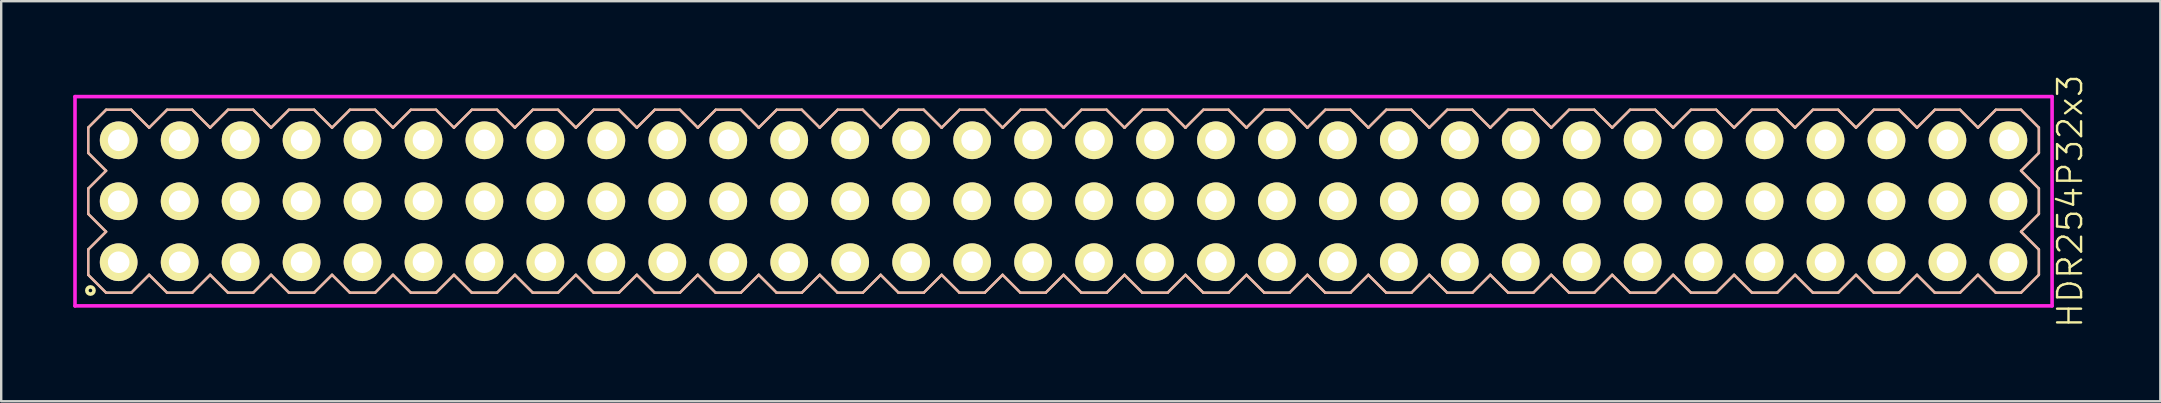
<source format=kicad_pcb>
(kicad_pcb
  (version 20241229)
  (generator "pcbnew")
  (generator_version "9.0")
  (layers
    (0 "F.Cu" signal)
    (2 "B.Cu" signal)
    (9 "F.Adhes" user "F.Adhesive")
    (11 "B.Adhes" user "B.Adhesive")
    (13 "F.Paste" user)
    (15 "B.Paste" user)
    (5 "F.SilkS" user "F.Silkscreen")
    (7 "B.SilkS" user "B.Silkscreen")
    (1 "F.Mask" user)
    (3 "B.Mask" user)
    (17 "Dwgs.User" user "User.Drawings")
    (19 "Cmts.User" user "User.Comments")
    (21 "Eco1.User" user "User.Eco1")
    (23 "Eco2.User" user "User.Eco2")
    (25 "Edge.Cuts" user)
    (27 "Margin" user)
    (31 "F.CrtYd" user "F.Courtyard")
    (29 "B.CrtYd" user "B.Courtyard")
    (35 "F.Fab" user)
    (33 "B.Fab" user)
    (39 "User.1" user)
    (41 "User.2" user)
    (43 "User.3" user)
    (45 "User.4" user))
  (footprint "HDR254P32x3"
    (layer "F.Cu")
    (at 41.265 5.336)
    (property "Reference" "HDR254P32x3" (at 41.94 0 90) (layer "F.SilkS") (effects (font (size 1 1) (thickness 0.1))))
    (attr through_hole)
    (fp_line (start -40.64 -3.066) (end -39.896 -3.81) (stroke (width 0.1) (type solid)) (layer "F.SilkS"))
    (fp_line (start -40.64 -2.014) (end -40.64 -3.066) (stroke (width 0.1) (type solid)) (layer "F.SilkS"))
    (fp_line (start -40.64 -0.526) (end -39.896 -1.27) (stroke (width 0.1) (type solid)) (layer "F.SilkS"))
    (fp_line (start -40.64 0.526) (end -40.64 -0.526) (stroke (width 0.1) (type solid)) (layer "F.SilkS"))
    (fp_line (start -40.64 2.014) (end -39.896 1.27) (stroke (width 0.1) (type solid)) (layer "F.SilkS"))
    (fp_line (start -40.64 3.066) (end -40.64 2.014) (stroke (width 0.1) (type solid)) (layer "F.SilkS"))
    (fp_line (start -39.896 -3.81) (end -38.844 -3.81) (stroke (width 0.1) (type solid)) (layer "F.SilkS"))
    (fp_line (start -39.896 -1.27) (end -40.64 -2.014) (stroke (width 0.1) (type solid)) (layer "F.SilkS"))
    (fp_line (start -39.896 1.27) (end -40.64 0.526) (stroke (width 0.1) (type solid)) (layer "F.SilkS"))
    (fp_line (start -39.896 3.81) (end -40.64 3.066) (stroke (width 0.1) (type solid)) (layer "F.SilkS"))
    (fp_line (start -38.844 -3.81) (end -38.1 -3.066) (stroke (width 0.1) (type solid)) (layer "F.SilkS"))
    (fp_line (start -38.844 3.81) (end -39.896 3.81) (stroke (width 0.1) (type solid)) (layer "F.SilkS"))
    (fp_line (start -38.1 -3.066) (end -37.356 -3.81) (stroke (width 0.1) (type solid)) (layer "F.SilkS"))
    (fp_line (start -38.1 3.066) (end -38.844 3.81) (stroke (width 0.1) (type solid)) (layer "F.SilkS"))
    (fp_line (start -37.356 -3.81) (end -36.304 -3.81) (stroke (width 0.1) (type solid)) (layer "F.SilkS"))
    (fp_line (start -37.356 3.81) (end -38.1 3.066) (stroke (width 0.1) (type solid)) (layer "F.SilkS"))
    (fp_line (start -36.304 -3.81) (end -35.56 -3.066) (stroke (width 0.1) (type solid)) (layer "F.SilkS"))
    (fp_line (start -36.304 3.81) (end -37.356 3.81) (stroke (width 0.1) (type solid)) (layer "F.SilkS"))
    (fp_line (start -35.56 -3.066) (end -34.816 -3.81) (stroke (width 0.1) (type solid)) (layer "F.SilkS"))
    (fp_line (start -35.56 3.066) (end -36.304 3.81) (stroke (width 0.1) (type solid)) (layer "F.SilkS"))
    (fp_line (start -34.816 -3.81) (end -33.764 -3.81) (stroke (width 0.1) (type solid)) (layer "F.SilkS"))
    (fp_line (start -34.816 3.81) (end -35.56 3.066) (stroke (width 0.1) (type solid)) (layer "F.SilkS"))
    (fp_line (start -33.764 -3.81) (end -33.02 -3.066) (stroke (width 0.1) (type solid)) (layer "F.SilkS"))
    (fp_line (start -33.764 3.81) (end -34.816 3.81) (stroke (width 0.1) (type solid)) (layer "F.SilkS"))
    (fp_line (start -33.02 -3.066) (end -32.276 -3.81) (stroke (width 0.1) (type solid)) (layer "F.SilkS"))
    (fp_line (start -33.02 3.066) (end -33.764 3.81) (stroke (width 0.1) (type solid)) (layer "F.SilkS"))
    (fp_line (start -32.276 -3.81) (end -31.224 -3.81) (stroke (width 0.1) (type solid)) (layer "F.SilkS"))
    (fp_line (start -32.276 3.81) (end -33.02 3.066) (stroke (width 0.1) (type solid)) (layer "F.SilkS"))
    (fp_line (start -31.224 -3.81) (end -30.48 -3.066) (stroke (width 0.1) (type solid)) (layer "F.SilkS"))
    (fp_line (start -31.224 3.81) (end -32.276 3.81) (stroke (width 0.1) (type solid)) (layer "F.SilkS"))
    (fp_line (start -30.48 -3.066) (end -29.736 -3.81) (stroke (width 0.1) (type solid)) (layer "F.SilkS"))
    (fp_line (start -30.48 3.066) (end -31.224 3.81) (stroke (width 0.1) (type solid)) (layer "F.SilkS"))
    (fp_line (start -29.736 -3.81) (end -28.684 -3.81) (stroke (width 0.1) (type solid)) (layer "F.SilkS"))
    (fp_line (start -29.736 3.81) (end -30.48 3.066) (stroke (width 0.1) (type solid)) (layer "F.SilkS"))
    (fp_line (start -28.684 -3.81) (end -27.94 -3.066) (stroke (width 0.1) (type solid)) (layer "F.SilkS"))
    (fp_line (start -28.684 3.81) (end -29.736 3.81) (stroke (width 0.1) (type solid)) (layer "F.SilkS"))
    (fp_line (start -27.94 -3.066) (end -27.196 -3.81) (stroke (width 0.1) (type solid)) (layer "F.SilkS"))
    (fp_line (start -27.94 3.066) (end -28.684 3.81) (stroke (width 0.1) (type solid)) (layer "F.SilkS"))
    (fp_line (start -27.196 -3.81) (end -26.144 -3.81) (stroke (width 0.1) (type solid)) (layer "F.SilkS"))
    (fp_line (start -27.196 3.81) (end -27.94 3.066) (stroke (width 0.1) (type solid)) (layer "F.SilkS"))
    (fp_line (start -26.144 -3.81) (end -25.4 -3.066) (stroke (width 0.1) (type solid)) (layer "F.SilkS"))
    (fp_line (start -26.144 3.81) (end -27.196 3.81) (stroke (width 0.1) (type solid)) (layer "F.SilkS"))
    (fp_line (start -25.4 -3.066) (end -24.656 -3.81) (stroke (width 0.1) (type solid)) (layer "F.SilkS"))
    (fp_line (start -25.4 3.066) (end -26.144 3.81) (stroke (width 0.1) (type solid)) (layer "F.SilkS"))
    (fp_line (start -24.656 -3.81) (end -23.604 -3.81) (stroke (width 0.1) (type solid)) (layer "F.SilkS"))
    (fp_line (start -24.656 3.81) (end -25.4 3.066) (stroke (width 0.1) (type solid)) (layer "F.SilkS"))
    (fp_line (start -23.604 -3.81) (end -22.86 -3.066) (stroke (width 0.1) (type solid)) (layer "F.SilkS"))
    (fp_line (start -23.604 3.81) (end -24.656 3.81) (stroke (width 0.1) (type solid)) (layer "F.SilkS"))
    (fp_line (start -22.86 -3.066) (end -22.116 -3.81) (stroke (width 0.1) (type solid)) (layer "F.SilkS"))
    (fp_line (start -22.86 3.066) (end -23.604 3.81) (stroke (width 0.1) (type solid)) (layer "F.SilkS"))
    (fp_line (start -22.116 -3.81) (end -21.064 -3.81) (stroke (width 0.1) (type solid)) (layer "F.SilkS"))
    (fp_line (start -22.116 3.81) (end -22.86 3.066) (stroke (width 0.1) (type solid)) (layer "F.SilkS"))
    (fp_line (start -21.064 -3.81) (end -20.32 -3.066) (stroke (width 0.1) (type solid)) (layer "F.SilkS"))
    (fp_line (start -21.064 3.81) (end -22.116 3.81) (stroke (width 0.1) (type solid)) (layer "F.SilkS"))
    (fp_line (start -20.32 -3.066) (end -19.576 -3.81) (stroke (width 0.1) (type solid)) (layer "F.SilkS"))
    (fp_line (start -20.32 3.066) (end -21.064 3.81) (stroke (width 0.1) (type solid)) (layer "F.SilkS"))
    (fp_line (start -19.576 -3.81) (end -18.524 -3.81) (stroke (width 0.1) (type solid)) (layer "F.SilkS"))
    (fp_line (start -19.576 3.81) (end -20.32 3.066) (stroke (width 0.1) (type solid)) (layer "F.SilkS"))
    (fp_line (start -18.524 -3.81) (end -17.78 -3.066) (stroke (width 0.1) (type solid)) (layer "F.SilkS"))
    (fp_line (start -18.524 3.81) (end -19.576 3.81) (stroke (width 0.1) (type solid)) (layer "F.SilkS"))
    (fp_line (start -17.78 -3.066) (end -17.036 -3.81) (stroke (width 0.1) (type solid)) (layer "F.SilkS"))
    (fp_line (start -17.78 3.066) (end -18.524 3.81) (stroke (width 0.1) (type solid)) (layer "F.SilkS"))
    (fp_line (start -17.036 -3.81) (end -15.984 -3.81) (stroke (width 0.1) (type solid)) (layer "F.SilkS"))
    (fp_line (start -17.036 3.81) (end -17.78 3.066) (stroke (width 0.1) (type solid)) (layer "F.SilkS"))
    (fp_line (start -15.984 -3.81) (end -15.24 -3.066) (stroke (width 0.1) (type solid)) (layer "F.SilkS"))
    (fp_line (start -15.984 3.81) (end -17.036 3.81) (stroke (width 0.1) (type solid)) (layer "F.SilkS"))
    (fp_line (start -15.24 -3.066) (end -14.496 -3.81) (stroke (width 0.1) (type solid)) (layer "F.SilkS"))
    (fp_line (start -15.24 3.066) (end -15.984 3.81) (stroke (width 0.1) (type solid)) (layer "F.SilkS"))
    (fp_line (start -14.496 -3.81) (end -13.444 -3.81) (stroke (width 0.1) (type solid)) (layer "F.SilkS"))
    (fp_line (start -14.496 3.81) (end -15.24 3.066) (stroke (width 0.1) (type solid)) (layer "F.SilkS"))
    (fp_line (start -13.444 -3.81) (end -12.7 -3.066) (stroke (width 0.1) (type solid)) (layer "F.SilkS"))
    (fp_line (start -13.444 3.81) (end -14.496 3.81) (stroke (width 0.1) (type solid)) (layer "F.SilkS"))
    (fp_line (start -12.7 -3.066) (end -11.956 -3.81) (stroke (width 0.1) (type solid)) (layer "F.SilkS"))
    (fp_line (start -12.7 3.066) (end -13.444 3.81) (stroke (width 0.1) (type solid)) (layer "F.SilkS"))
    (fp_line (start -11.956 -3.81) (end -10.904 -3.81) (stroke (width 0.1) (type solid)) (layer "F.SilkS"))
    (fp_line (start -11.956 3.81) (end -12.7 3.066) (stroke (width 0.1) (type solid)) (layer "F.SilkS"))
    (fp_line (start -10.904 -3.81) (end -10.16 -3.066) (stroke (width 0.1) (type solid)) (layer "F.SilkS"))
    (fp_line (start -10.904 3.81) (end -11.956 3.81) (stroke (width 0.1) (type solid)) (layer "F.SilkS"))
    (fp_line (start -10.16 -3.066) (end -9.416 -3.81) (stroke (width 0.1) (type solid)) (layer "F.SilkS"))
    (fp_line (start -10.16 3.066) (end -10.904 3.81) (stroke (width 0.1) (type solid)) (layer "F.SilkS"))
    (fp_line (start -9.416 -3.81) (end -8.364 -3.81) (stroke (width 0.1) (type solid)) (layer "F.SilkS"))
    (fp_line (start -9.416 3.81) (end -10.16 3.066) (stroke (width 0.1) (type solid)) (layer "F.SilkS"))
    (fp_line (start -8.364 -3.81) (end -7.62 -3.066) (stroke (width 0.1) (type solid)) (layer "F.SilkS"))
    (fp_line (start -8.364 3.81) (end -9.416 3.81) (stroke (width 0.1) (type solid)) (layer "F.SilkS"))
    (fp_line (start -7.62 -3.066) (end -6.876 -3.81) (stroke (width 0.1) (type solid)) (layer "F.SilkS"))
    (fp_line (start -7.62 3.066) (end -8.364 3.81) (stroke (width 0.1) (type solid)) (layer "F.SilkS"))
    (fp_line (start -6.876 -3.81) (end -5.824 -3.81) (stroke (width 0.1) (type solid)) (layer "F.SilkS"))
    (fp_line (start -6.876 3.81) (end -7.62 3.066) (stroke (width 0.1) (type solid)) (layer "F.SilkS"))
    (fp_line (start -5.824 -3.81) (end -5.08 -3.066) (stroke (width 0.1) (type solid)) (layer "F.SilkS"))
    (fp_line (start -5.824 3.81) (end -6.876 3.81) (stroke (width 0.1) (type solid)) (layer "F.SilkS"))
    (fp_line (start -5.08 -3.066) (end -4.336 -3.81) (stroke (width 0.1) (type solid)) (layer "F.SilkS"))
    (fp_line (start -5.08 3.066) (end -5.824 3.81) (stroke (width 0.1) (type solid)) (layer "F.SilkS"))
    (fp_line (start -4.336 -3.81) (end -3.284 -3.81) (stroke (width 0.1) (type solid)) (layer "F.SilkS"))
    (fp_line (start -4.336 3.81) (end -5.08 3.066) (stroke (width 0.1) (type solid)) (layer "F.SilkS"))
    (fp_line (start -3.284 -3.81) (end -2.54 -3.066) (stroke (width 0.1) (type solid)) (layer "F.SilkS"))
    (fp_line (start -3.284 3.81) (end -4.336 3.81) (stroke (width 0.1) (type solid)) (layer "F.SilkS"))
    (fp_line (start -2.54 -3.066) (end -1.796 -3.81) (stroke (width 0.1) (type solid)) (layer "F.SilkS"))
    (fp_line (start -2.54 3.066) (end -3.284 3.81) (stroke (width 0.1) (type solid)) (layer "F.SilkS"))
    (fp_line (start -1.796 -3.81) (end -0.744 -3.81) (stroke (width 0.1) (type solid)) (layer "F.SilkS"))
    (fp_line (start -1.796 3.81) (end -2.54 3.066) (stroke (width 0.1) (type solid)) (layer "F.SilkS"))
    (fp_line (start -0.744 -3.81) (end 0 -3.066) (stroke (width 0.1) (type solid)) (layer "F.SilkS"))
    (fp_line (start -0.744 3.81) (end -1.796 3.81) (stroke (width 0.1) (type solid)) (layer "F.SilkS"))
    (fp_line (start 0 -3.066) (end 0.744 -3.81) (stroke (width 0.1) (type solid)) (layer "F.SilkS"))
    (fp_line (start 0 3.066) (end -0.744 3.81) (stroke (width 0.1) (type solid)) (layer "F.SilkS"))
    (fp_line (start 0.744 -3.81) (end 1.796 -3.81) (stroke (width 0.1) (type solid)) (layer "F.SilkS"))
    (fp_line (start 0.744 3.81) (end 0 3.066) (stroke (width 0.1) (type solid)) (layer "F.SilkS"))
    (fp_line (start 1.796 -3.81) (end 2.54 -3.066) (stroke (width 0.1) (type solid)) (layer "F.SilkS"))
    (fp_line (start 1.796 3.81) (end 0.744 3.81) (stroke (width 0.1) (type solid)) (layer "F.SilkS"))
    (fp_line (start 2.54 -3.066) (end 3.284 -3.81) (stroke (width 0.1) (type solid)) (layer "F.SilkS"))
    (fp_line (start 2.54 3.066) (end 1.796 3.81) (stroke (width 0.1) (type solid)) (layer "F.SilkS"))
    (fp_line (start 3.284 -3.81) (end 4.336 -3.81) (stroke (width 0.1) (type solid)) (layer "F.SilkS"))
    (fp_line (start 3.284 3.81) (end 2.54 3.066) (stroke (width 0.1) (type solid)) (layer "F.SilkS"))
    (fp_line (start 4.336 -3.81) (end 5.08 -3.066) (stroke (width 0.1) (type solid)) (layer "F.SilkS"))
    (fp_line (start 4.336 3.81) (end 3.284 3.81) (stroke (width 0.1) (type solid)) (layer "F.SilkS"))
    (fp_line (start 5.08 -3.066) (end 5.824 -3.81) (stroke (width 0.1) (type solid)) (layer "F.SilkS"))
    (fp_line (start 5.08 3.066) (end 4.336 3.81) (stroke (width 0.1) (type solid)) (layer "F.SilkS"))
    (fp_line (start 5.824 -3.81) (end 6.876 -3.81) (stroke (width 0.1) (type solid)) (layer "F.SilkS"))
    (fp_line (start 5.824 3.81) (end 5.08 3.066) (stroke (width 0.1) (type solid)) (layer "F.SilkS"))
    (fp_line (start 6.876 -3.81) (end 7.62 -3.066) (stroke (width 0.1) (type solid)) (layer "F.SilkS"))
    (fp_line (start 6.876 3.81) (end 5.824 3.81) (stroke (width 0.1) (type solid)) (layer "F.SilkS"))
    (fp_line (start 7.62 -3.066) (end 8.364 -3.81) (stroke (width 0.1) (type solid)) (layer "F.SilkS"))
    (fp_line (start 7.62 3.066) (end 6.876 3.81) (stroke (width 0.1) (type solid)) (layer "F.SilkS"))
    (fp_line (start 8.364 -3.81) (end 9.416 -3.81) (stroke (width 0.1) (type solid)) (layer "F.SilkS"))
    (fp_line (start 8.364 3.81) (end 7.62 3.066) (stroke (width 0.1) (type solid)) (layer "F.SilkS"))
    (fp_line (start 9.416 -3.81) (end 10.16 -3.066) (stroke (width 0.1) (type solid)) (layer "F.SilkS"))
    (fp_line (start 9.416 3.81) (end 8.364 3.81) (stroke (width 0.1) (type solid)) (layer "F.SilkS"))
    (fp_line (start 10.16 -3.066) (end 10.904 -3.81) (stroke (width 0.1) (type solid)) (layer "F.SilkS"))
    (fp_line (start 10.16 3.066) (end 9.416 3.81) (stroke (width 0.1) (type solid)) (layer "F.SilkS"))
    (fp_line (start 10.904 -3.81) (end 11.956 -3.81) (stroke (width 0.1) (type solid)) (layer "F.SilkS"))
    (fp_line (start 10.904 3.81) (end 10.16 3.066) (stroke (width 0.1) (type solid)) (layer "F.SilkS"))
    (fp_line (start 11.956 -3.81) (end 12.7 -3.066) (stroke (width 0.1) (type solid)) (layer "F.SilkS"))
    (fp_line (start 11.956 3.81) (end 10.904 3.81) (stroke (width 0.1) (type solid)) (layer "F.SilkS"))
    (fp_line (start 12.7 -3.066) (end 13.444 -3.81) (stroke (width 0.1) (type solid)) (layer "F.SilkS"))
    (fp_line (start 12.7 3.066) (end 11.956 3.81) (stroke (width 0.1) (type solid)) (layer "F.SilkS"))
    (fp_line (start 13.444 -3.81) (end 14.496 -3.81) (stroke (width 0.1) (type solid)) (layer "F.SilkS"))
    (fp_line (start 13.444 3.81) (end 12.7 3.066) (stroke (width 0.1) (type solid)) (layer "F.SilkS"))
    (fp_line (start 14.496 -3.81) (end 15.24 -3.066) (stroke (width 0.1) (type solid)) (layer "F.SilkS"))
    (fp_line (start 14.496 3.81) (end 13.444 3.81) (stroke (width 0.1) (type solid)) (layer "F.SilkS"))
    (fp_line (start 15.24 -3.066) (end 15.984 -3.81) (stroke (width 0.1) (type solid)) (layer "F.SilkS"))
    (fp_line (start 15.24 3.066) (end 14.496 3.81) (stroke (width 0.1) (type solid)) (layer "F.SilkS"))
    (fp_line (start 15.984 -3.81) (end 17.036 -3.81) (stroke (width 0.1) (type solid)) (layer "F.SilkS"))
    (fp_line (start 15.984 3.81) (end 15.24 3.066) (stroke (width 0.1) (type solid)) (layer "F.SilkS"))
    (fp_line (start 17.036 -3.81) (end 17.78 -3.066) (stroke (width 0.1) (type solid)) (layer "F.SilkS"))
    (fp_line (start 17.036 3.81) (end 15.984 3.81) (stroke (width 0.1) (type solid)) (layer "F.SilkS"))
    (fp_line (start 17.78 -3.066) (end 18.524 -3.81) (stroke (width 0.1) (type solid)) (layer "F.SilkS"))
    (fp_line (start 17.78 3.066) (end 17.036 3.81) (stroke (width 0.1) (type solid)) (layer "F.SilkS"))
    (fp_line (start 18.524 -3.81) (end 19.576 -3.81) (stroke (width 0.1) (type solid)) (layer "F.SilkS"))
    (fp_line (start 18.524 3.81) (end 17.78 3.066) (stroke (width 0.1) (type solid)) (layer "F.SilkS"))
    (fp_line (start 19.576 -3.81) (end 20.32 -3.066) (stroke (width 0.1) (type solid)) (layer "F.SilkS"))
    (fp_line (start 19.576 3.81) (end 18.524 3.81) (stroke (width 0.1) (type solid)) (layer "F.SilkS"))
    (fp_line (start 20.32 -3.066) (end 21.064 -3.81) (stroke (width 0.1) (type solid)) (layer "F.SilkS"))
    (fp_line (start 20.32 3.066) (end 19.576 3.81) (stroke (width 0.1) (type solid)) (layer "F.SilkS"))
    (fp_line (start 21.064 -3.81) (end 22.116 -3.81) (stroke (width 0.1) (type solid)) (layer "F.SilkS"))
    (fp_line (start 21.064 3.81) (end 20.32 3.066) (stroke (width 0.1) (type solid)) (layer "F.SilkS"))
    (fp_line (start 22.116 -3.81) (end 22.86 -3.066) (stroke (width 0.1) (type solid)) (layer "F.SilkS"))
    (fp_line (start 22.116 3.81) (end 21.064 3.81) (stroke (width 0.1) (type solid)) (layer "F.SilkS"))
    (fp_line (start 22.86 -3.066) (end 23.604 -3.81) (stroke (width 0.1) (type solid)) (layer "F.SilkS"))
    (fp_line (start 22.86 3.066) (end 22.116 3.81) (stroke (width 0.1) (type solid)) (layer "F.SilkS"))
    (fp_line (start 23.604 -3.81) (end 24.656 -3.81) (stroke (width 0.1) (type solid)) (layer "F.SilkS"))
    (fp_line (start 23.604 3.81) (end 22.86 3.066) (stroke (width 0.1) (type solid)) (layer "F.SilkS"))
    (fp_line (start 24.656 -3.81) (end 25.4 -3.066) (stroke (width 0.1) (type solid)) (layer "F.SilkS"))
    (fp_line (start 24.656 3.81) (end 23.604 3.81) (stroke (width 0.1) (type solid)) (layer "F.SilkS"))
    (fp_line (start 25.4 -3.066) (end 26.144 -3.81) (stroke (width 0.1) (type solid)) (layer "F.SilkS"))
    (fp_line (start 25.4 3.066) (end 24.656 3.81) (stroke (width 0.1) (type solid)) (layer "F.SilkS"))
    (fp_line (start 26.144 -3.81) (end 27.196 -3.81) (stroke (width 0.1) (type solid)) (layer "F.SilkS"))
    (fp_line (start 26.144 3.81) (end 25.4 3.066) (stroke (width 0.1) (type solid)) (layer "F.SilkS"))
    (fp_line (start 27.196 -3.81) (end 27.94 -3.066) (stroke (width 0.1) (type solid)) (layer "F.SilkS"))
    (fp_line (start 27.196 3.81) (end 26.144 3.81) (stroke (width 0.1) (type solid)) (layer "F.SilkS"))
    (fp_line (start 27.94 -3.066) (end 28.684 -3.81) (stroke (width 0.1) (type solid)) (layer "F.SilkS"))
    (fp_line (start 27.94 3.066) (end 27.196 3.81) (stroke (width 0.1) (type solid)) (layer "F.SilkS"))
    (fp_line (start 28.684 -3.81) (end 29.736 -3.81) (stroke (width 0.1) (type solid)) (layer "F.SilkS"))
    (fp_line (start 28.684 3.81) (end 27.94 3.066) (stroke (width 0.1) (type solid)) (layer "F.SilkS"))
    (fp_line (start 29.736 -3.81) (end 30.48 -3.066) (stroke (width 0.1) (type solid)) (layer "F.SilkS"))
    (fp_line (start 29.736 3.81) (end 28.684 3.81) (stroke (width 0.1) (type solid)) (layer "F.SilkS"))
    (fp_line (start 30.48 -3.066) (end 31.224 -3.81) (stroke (width 0.1) (type solid)) (layer "F.SilkS"))
    (fp_line (start 30.48 3.066) (end 29.736 3.81) (stroke (width 0.1) (type solid)) (layer "F.SilkS"))
    (fp_line (start 31.224 -3.81) (end 32.276 -3.81) (stroke (width 0.1) (type solid)) (layer "F.SilkS"))
    (fp_line (start 31.224 3.81) (end 30.48 3.066) (stroke (width 0.1) (type solid)) (layer "F.SilkS"))
    (fp_line (start 32.276 -3.81) (end 33.02 -3.066) (stroke (width 0.1) (type solid)) (layer "F.SilkS"))
    (fp_line (start 32.276 3.81) (end 31.224 3.81) (stroke (width 0.1) (type solid)) (layer "F.SilkS"))
    (fp_line (start 33.02 -3.066) (end 33.764 -3.81) (stroke (width 0.1) (type solid)) (layer "F.SilkS"))
    (fp_line (start 33.02 3.066) (end 32.276 3.81) (stroke (width 0.1) (type solid)) (layer "F.SilkS"))
    (fp_line (start 33.764 -3.81) (end 34.816 -3.81) (stroke (width 0.1) (type solid)) (layer "F.SilkS"))
    (fp_line (start 33.764 3.81) (end 33.02 3.066) (stroke (width 0.1) (type solid)) (layer "F.SilkS"))
    (fp_line (start 34.816 -3.81) (end 35.56 -3.066) (stroke (width 0.1) (type solid)) (layer "F.SilkS"))
    (fp_line (start 34.816 3.81) (end 33.764 3.81) (stroke (width 0.1) (type solid)) (layer "F.SilkS"))
    (fp_line (start 35.56 -3.066) (end 36.304 -3.81) (stroke (width 0.1) (type solid)) (layer "F.SilkS"))
    (fp_line (start 35.56 3.066) (end 34.816 3.81) (stroke (width 0.1) (type solid)) (layer "F.SilkS"))
    (fp_line (start 36.304 -3.81) (end 37.356 -3.81) (stroke (width 0.1) (type solid)) (layer "F.SilkS"))
    (fp_line (start 36.304 3.81) (end 35.56 3.066) (stroke (width 0.1) (type solid)) (layer "F.SilkS"))
    (fp_line (start 37.356 -3.81) (end 38.1 -3.066) (stroke (width 0.1) (type solid)) (layer "F.SilkS"))
    (fp_line (start 37.356 3.81) (end 36.304 3.81) (stroke (width 0.1) (type solid)) (layer "F.SilkS"))
    (fp_line (start 38.1 -3.066) (end 38.844 -3.81) (stroke (width 0.1) (type solid)) (layer "F.SilkS"))
    (fp_line (start 38.1 3.066) (end 37.356 3.81) (stroke (width 0.1) (type solid)) (layer "F.SilkS"))
    (fp_line (start 38.844 -3.81) (end 39.896 -3.81) (stroke (width 0.1) (type solid)) (layer "F.SilkS"))
    (fp_line (start 38.844 3.81) (end 38.1 3.066) (stroke (width 0.1) (type solid)) (layer "F.SilkS"))
    (fp_line (start 39.896 -3.81) (end 40.64 -3.066) (stroke (width 0.1) (type solid)) (layer "F.SilkS"))
    (fp_line (start 39.896 -1.27) (end 40.64 -0.526) (stroke (width 0.1) (type solid)) (layer "F.SilkS"))
    (fp_line (start 39.896 1.27) (end 40.64 2.014) (stroke (width 0.1) (type solid)) (layer "F.SilkS"))
    (fp_line (start 39.896 3.81) (end 38.844 3.81) (stroke (width 0.1) (type solid)) (layer "F.SilkS"))
    (fp_line (start 40.64 -3.066) (end 40.64 -2.014) (stroke (width 0.1) (type solid)) (layer "F.SilkS"))
    (fp_line (start 40.64 -2.014) (end 39.896 -1.27) (stroke (width 0.1) (type solid)) (layer "F.SilkS"))
    (fp_line (start 40.64 -0.526) (end 40.64 0.526) (stroke (width 0.1) (type solid)) (layer "F.SilkS"))
    (fp_line (start 40.64 0.526) (end 39.896 1.27) (stroke (width 0.1) (type solid)) (layer "F.SilkS"))
    (fp_line (start 40.64 2.014) (end 40.64 3.066) (stroke (width 0.1) (type solid)) (layer "F.SilkS"))
    (fp_line (start 40.64 3.066) (end 39.896 3.81) (stroke (width 0.1) (type solid)) (layer "F.SilkS"))
    (fp_circle (center -40.547 3.718) (end -40.397 3.718) (stroke (width 0.15) (type solid)) (fill no) (layer "F.SilkS"))
    (fp_line (start -40.64 -3.066) (end -39.896 -3.81) (stroke (width 0.1) (type solid)) (layer "B.SilkS"))
    (fp_line (start -40.64 -2.014) (end -40.64 -3.066) (stroke (width 0.1) (type solid)) (layer "B.SilkS"))
    (fp_line (start -40.64 -0.526) (end -39.896 -1.27) (stroke (width 0.1) (type solid)) (layer "B.SilkS"))
    (fp_line (start -40.64 0.526) (end -40.64 -0.526) (stroke (width 0.1) (type solid)) (layer "B.SilkS"))
    (fp_line (start -40.64 2.014) (end -39.896 1.27) (stroke (width 0.1) (type solid)) (layer "B.SilkS"))
    (fp_line (start -40.64 3.066) (end -40.64 2.014) (stroke (width 0.1) (type solid)) (layer "B.SilkS"))
    (fp_line (start -39.896 -3.81) (end -38.844 -3.81) (stroke (width 0.1) (type solid)) (layer "B.SilkS"))
    (fp_line (start -39.896 -1.27) (end -40.64 -2.014) (stroke (width 0.1) (type solid)) (layer "B.SilkS"))
    (fp_line (start -39.896 1.27) (end -40.64 0.526) (stroke (width 0.1) (type solid)) (layer "B.SilkS"))
    (fp_line (start -39.896 3.81) (end -40.64 3.066) (stroke (width 0.1) (type solid)) (layer "B.SilkS"))
    (fp_line (start -38.844 -3.81) (end -38.1 -3.066) (stroke (width 0.1) (type solid)) (layer "B.SilkS"))
    (fp_line (start -38.844 3.81) (end -39.896 3.81) (stroke (width 0.1) (type solid)) (layer "B.SilkS"))
    (fp_line (start -38.1 -3.066) (end -37.356 -3.81) (stroke (width 0.1) (type solid)) (layer "B.SilkS"))
    (fp_line (start -38.1 3.066) (end -38.844 3.81) (stroke (width 0.1) (type solid)) (layer "B.SilkS"))
    (fp_line (start -37.356 -3.81) (end -36.304 -3.81) (stroke (width 0.1) (type solid)) (layer "B.SilkS"))
    (fp_line (start -37.356 3.81) (end -38.1 3.066) (stroke (width 0.1) (type solid)) (layer "B.SilkS"))
    (fp_line (start -36.304 -3.81) (end -35.56 -3.066) (stroke (width 0.1) (type solid)) (layer "B.SilkS"))
    (fp_line (start -36.304 3.81) (end -37.356 3.81) (stroke (width 0.1) (type solid)) (layer "B.SilkS"))
    (fp_line (start -35.56 -3.066) (end -34.816 -3.81) (stroke (width 0.1) (type solid)) (layer "B.SilkS"))
    (fp_line (start -35.56 3.066) (end -36.304 3.81) (stroke (width 0.1) (type solid)) (layer "B.SilkS"))
    (fp_line (start -34.816 -3.81) (end -33.764 -3.81) (stroke (width 0.1) (type solid)) (layer "B.SilkS"))
    (fp_line (start -34.816 3.81) (end -35.56 3.066) (stroke (width 0.1) (type solid)) (layer "B.SilkS"))
    (fp_line (start -33.764 -3.81) (end -33.02 -3.066) (stroke (width 0.1) (type solid)) (layer "B.SilkS"))
    (fp_line (start -33.764 3.81) (end -34.816 3.81) (stroke (width 0.1) (type solid)) (layer "B.SilkS"))
    (fp_line (start -33.02 -3.066) (end -32.276 -3.81) (stroke (width 0.1) (type solid)) (layer "B.SilkS"))
    (fp_line (start -33.02 3.066) (end -33.764 3.81) (stroke (width 0.1) (type solid)) (layer "B.SilkS"))
    (fp_line (start -32.276 -3.81) (end -31.224 -3.81) (stroke (width 0.1) (type solid)) (layer "B.SilkS"))
    (fp_line (start -32.276 3.81) (end -33.02 3.066) (stroke (width 0.1) (type solid)) (layer "B.SilkS"))
    (fp_line (start -31.224 -3.81) (end -30.48 -3.066) (stroke (width 0.1) (type solid)) (layer "B.SilkS"))
    (fp_line (start -31.224 3.81) (end -32.276 3.81) (stroke (width 0.1) (type solid)) (layer "B.SilkS"))
    (fp_line (start -30.48 -3.066) (end -29.736 -3.81) (stroke (width 0.1) (type solid)) (layer "B.SilkS"))
    (fp_line (start -30.48 3.066) (end -31.224 3.81) (stroke (width 0.1) (type solid)) (layer "B.SilkS"))
    (fp_line (start -29.736 -3.81) (end -28.684 -3.81) (stroke (width 0.1) (type solid)) (layer "B.SilkS"))
    (fp_line (start -29.736 3.81) (end -30.48 3.066) (stroke (width 0.1) (type solid)) (layer "B.SilkS"))
    (fp_line (start -28.684 -3.81) (end -27.94 -3.066) (stroke (width 0.1) (type solid)) (layer "B.SilkS"))
    (fp_line (start -28.684 3.81) (end -29.736 3.81) (stroke (width 0.1) (type solid)) (layer "B.SilkS"))
    (fp_line (start -27.94 -3.066) (end -27.196 -3.81) (stroke (width 0.1) (type solid)) (layer "B.SilkS"))
    (fp_line (start -27.94 3.066) (end -28.684 3.81) (stroke (width 0.1) (type solid)) (layer "B.SilkS"))
    (fp_line (start -27.196 -3.81) (end -26.144 -3.81) (stroke (width 0.1) (type solid)) (layer "B.SilkS"))
    (fp_line (start -27.196 3.81) (end -27.94 3.066) (stroke (width 0.1) (type solid)) (layer "B.SilkS"))
    (fp_line (start -26.144 -3.81) (end -25.4 -3.066) (stroke (width 0.1) (type solid)) (layer "B.SilkS"))
    (fp_line (start -26.144 3.81) (end -27.196 3.81) (stroke (width 0.1) (type solid)) (layer "B.SilkS"))
    (fp_line (start -25.4 -3.066) (end -24.656 -3.81) (stroke (width 0.1) (type solid)) (layer "B.SilkS"))
    (fp_line (start -25.4 3.066) (end -26.144 3.81) (stroke (width 0.1) (type solid)) (layer "B.SilkS"))
    (fp_line (start -24.656 -3.81) (end -23.604 -3.81) (stroke (width 0.1) (type solid)) (layer "B.SilkS"))
    (fp_line (start -24.656 3.81) (end -25.4 3.066) (stroke (width 0.1) (type solid)) (layer "B.SilkS"))
    (fp_line (start -23.604 -3.81) (end -22.86 -3.066) (stroke (width 0.1) (type solid)) (layer "B.SilkS"))
    (fp_line (start -23.604 3.81) (end -24.656 3.81) (stroke (width 0.1) (type solid)) (layer "B.SilkS"))
    (fp_line (start -22.86 -3.066) (end -22.116 -3.81) (stroke (width 0.1) (type solid)) (layer "B.SilkS"))
    (fp_line (start -22.86 3.066) (end -23.604 3.81) (stroke (width 0.1) (type solid)) (layer "B.SilkS"))
    (fp_line (start -22.116 -3.81) (end -21.064 -3.81) (stroke (width 0.1) (type solid)) (layer "B.SilkS"))
    (fp_line (start -22.116 3.81) (end -22.86 3.066) (stroke (width 0.1) (type solid)) (layer "B.SilkS"))
    (fp_line (start -21.064 -3.81) (end -20.32 -3.066) (stroke (width 0.1) (type solid)) (layer "B.SilkS"))
    (fp_line (start -21.064 3.81) (end -22.116 3.81) (stroke (width 0.1) (type solid)) (layer "B.SilkS"))
    (fp_line (start -20.32 -3.066) (end -19.576 -3.81) (stroke (width 0.1) (type solid)) (layer "B.SilkS"))
    (fp_line (start -20.32 3.066) (end -21.064 3.81) (stroke (width 0.1) (type solid)) (layer "B.SilkS"))
    (fp_line (start -19.576 -3.81) (end -18.524 -3.81) (stroke (width 0.1) (type solid)) (layer "B.SilkS"))
    (fp_line (start -19.576 3.81) (end -20.32 3.066) (stroke (width 0.1) (type solid)) (layer "B.SilkS"))
    (fp_line (start -18.524 -3.81) (end -17.78 -3.066) (stroke (width 0.1) (type solid)) (layer "B.SilkS"))
    (fp_line (start -18.524 3.81) (end -19.576 3.81) (stroke (width 0.1) (type solid)) (layer "B.SilkS"))
    (fp_line (start -17.78 -3.066) (end -17.036 -3.81) (stroke (width 0.1) (type solid)) (layer "B.SilkS"))
    (fp_line (start -17.78 3.066) (end -18.524 3.81) (stroke (width 0.1) (type solid)) (layer "B.SilkS"))
    (fp_line (start -17.036 -3.81) (end -15.984 -3.81) (stroke (width 0.1) (type solid)) (layer "B.SilkS"))
    (fp_line (start -17.036 3.81) (end -17.78 3.066) (stroke (width 0.1) (type solid)) (layer "B.SilkS"))
    (fp_line (start -15.984 -3.81) (end -15.24 -3.066) (stroke (width 0.1) (type solid)) (layer "B.SilkS"))
    (fp_line (start -15.984 3.81) (end -17.036 3.81) (stroke (width 0.1) (type solid)) (layer "B.SilkS"))
    (fp_line (start -15.24 -3.066) (end -14.496 -3.81) (stroke (width 0.1) (type solid)) (layer "B.SilkS"))
    (fp_line (start -15.24 3.066) (end -15.984 3.81) (stroke (width 0.1) (type solid)) (layer "B.SilkS"))
    (fp_line (start -14.496 -3.81) (end -13.444 -3.81) (stroke (width 0.1) (type solid)) (layer "B.SilkS"))
    (fp_line (start -14.496 3.81) (end -15.24 3.066) (stroke (width 0.1) (type solid)) (layer "B.SilkS"))
    (fp_line (start -13.444 -3.81) (end -12.7 -3.066) (stroke (width 0.1) (type solid)) (layer "B.SilkS"))
    (fp_line (start -13.444 3.81) (end -14.496 3.81) (stroke (width 0.1) (type solid)) (layer "B.SilkS"))
    (fp_line (start -12.7 -3.066) (end -11.956 -3.81) (stroke (width 0.1) (type solid)) (layer "B.SilkS"))
    (fp_line (start -12.7 3.066) (end -13.444 3.81) (stroke (width 0.1) (type solid)) (layer "B.SilkS"))
    (fp_line (start -11.956 -3.81) (end -10.904 -3.81) (stroke (width 0.1) (type solid)) (layer "B.SilkS"))
    (fp_line (start -11.956 3.81) (end -12.7 3.066) (stroke (width 0.1) (type solid)) (layer "B.SilkS"))
    (fp_line (start -10.904 -3.81) (end -10.16 -3.066) (stroke (width 0.1) (type solid)) (layer "B.SilkS"))
    (fp_line (start -10.904 3.81) (end -11.956 3.81) (stroke (width 0.1) (type solid)) (layer "B.SilkS"))
    (fp_line (start -10.16 -3.066) (end -9.416 -3.81) (stroke (width 0.1) (type solid)) (layer "B.SilkS"))
    (fp_line (start -10.16 3.066) (end -10.904 3.81) (stroke (width 0.1) (type solid)) (layer "B.SilkS"))
    (fp_line (start -9.416 -3.81) (end -8.364 -3.81) (stroke (width 0.1) (type solid)) (layer "B.SilkS"))
    (fp_line (start -9.416 3.81) (end -10.16 3.066) (stroke (width 0.1) (type solid)) (layer "B.SilkS"))
    (fp_line (start -8.364 -3.81) (end -7.62 -3.066) (stroke (width 0.1) (type solid)) (layer "B.SilkS"))
    (fp_line (start -8.364 3.81) (end -9.416 3.81) (stroke (width 0.1) (type solid)) (layer "B.SilkS"))
    (fp_line (start -7.62 -3.066) (end -6.876 -3.81) (stroke (width 0.1) (type solid)) (layer "B.SilkS"))
    (fp_line (start -7.62 3.066) (end -8.364 3.81) (stroke (width 0.1) (type solid)) (layer "B.SilkS"))
    (fp_line (start -6.876 -3.81) (end -5.824 -3.81) (stroke (width 0.1) (type solid)) (layer "B.SilkS"))
    (fp_line (start -6.876 3.81) (end -7.62 3.066) (stroke (width 0.1) (type solid)) (layer "B.SilkS"))
    (fp_line (start -5.824 -3.81) (end -5.08 -3.066) (stroke (width 0.1) (type solid)) (layer "B.SilkS"))
    (fp_line (start -5.824 3.81) (end -6.876 3.81) (stroke (width 0.1) (type solid)) (layer "B.SilkS"))
    (fp_line (start -5.08 -3.066) (end -4.336 -3.81) (stroke (width 0.1) (type solid)) (layer "B.SilkS"))
    (fp_line (start -5.08 3.066) (end -5.824 3.81) (stroke (width 0.1) (type solid)) (layer "B.SilkS"))
    (fp_line (start -4.336 -3.81) (end -3.284 -3.81) (stroke (width 0.1) (type solid)) (layer "B.SilkS"))
    (fp_line (start -4.336 3.81) (end -5.08 3.066) (stroke (width 0.1) (type solid)) (layer "B.SilkS"))
    (fp_line (start -3.284 -3.81) (end -2.54 -3.066) (stroke (width 0.1) (type solid)) (layer "B.SilkS"))
    (fp_line (start -3.284 3.81) (end -4.336 3.81) (stroke (width 0.1) (type solid)) (layer "B.SilkS"))
    (fp_line (start -2.54 -3.066) (end -1.796 -3.81) (stroke (width 0.1) (type solid)) (layer "B.SilkS"))
    (fp_line (start -2.54 3.066) (end -3.284 3.81) (stroke (width 0.1) (type solid)) (layer "B.SilkS"))
    (fp_line (start -1.796 -3.81) (end -0.744 -3.81) (stroke (width 0.1) (type solid)) (layer "B.SilkS"))
    (fp_line (start -1.796 3.81) (end -2.54 3.066) (stroke (width 0.1) (type solid)) (layer "B.SilkS"))
    (fp_line (start -0.744 -3.81) (end 0 -3.066) (stroke (width 0.1) (type solid)) (layer "B.SilkS"))
    (fp_line (start -0.744 3.81) (end -1.796 3.81) (stroke (width 0.1) (type solid)) (layer "B.SilkS"))
    (fp_line (start 0 -3.066) (end 0.744 -3.81) (stroke (width 0.1) (type solid)) (layer "B.SilkS"))
    (fp_line (start 0 3.066) (end -0.744 3.81) (stroke (width 0.1) (type solid)) (layer "B.SilkS"))
    (fp_line (start 0.744 -3.81) (end 1.796 -3.81) (stroke (width 0.1) (type solid)) (layer "B.SilkS"))
    (fp_line (start 0.744 3.81) (end 0 3.066) (stroke (width 0.1) (type solid)) (layer "B.SilkS"))
    (fp_line (start 1.796 -3.81) (end 2.54 -3.066) (stroke (width 0.1) (type solid)) (layer "B.SilkS"))
    (fp_line (start 1.796 3.81) (end 0.744 3.81) (stroke (width 0.1) (type solid)) (layer "B.SilkS"))
    (fp_line (start 2.54 -3.066) (end 3.284 -3.81) (stroke (width 0.1) (type solid)) (layer "B.SilkS"))
    (fp_line (start 2.54 3.066) (end 1.796 3.81) (stroke (width 0.1) (type solid)) (layer "B.SilkS"))
    (fp_line (start 3.284 -3.81) (end 4.336 -3.81) (stroke (width 0.1) (type solid)) (layer "B.SilkS"))
    (fp_line (start 3.284 3.81) (end 2.54 3.066) (stroke (width 0.1) (type solid)) (layer "B.SilkS"))
    (fp_line (start 4.336 -3.81) (end 5.08 -3.066) (stroke (width 0.1) (type solid)) (layer "B.SilkS"))
    (fp_line (start 4.336 3.81) (end 3.284 3.81) (stroke (width 0.1) (type solid)) (layer "B.SilkS"))
    (fp_line (start 5.08 -3.066) (end 5.824 -3.81) (stroke (width 0.1) (type solid)) (layer "B.SilkS"))
    (fp_line (start 5.08 3.066) (end 4.336 3.81) (stroke (width 0.1) (type solid)) (layer "B.SilkS"))
    (fp_line (start 5.824 -3.81) (end 6.876 -3.81) (stroke (width 0.1) (type solid)) (layer "B.SilkS"))
    (fp_line (start 5.824 3.81) (end 5.08 3.066) (stroke (width 0.1) (type solid)) (layer "B.SilkS"))
    (fp_line (start 6.876 -3.81) (end 7.62 -3.066) (stroke (width 0.1) (type solid)) (layer "B.SilkS"))
    (fp_line (start 6.876 3.81) (end 5.824 3.81) (stroke (width 0.1) (type solid)) (layer "B.SilkS"))
    (fp_line (start 7.62 -3.066) (end 8.364 -3.81) (stroke (width 0.1) (type solid)) (layer "B.SilkS"))
    (fp_line (start 7.62 3.066) (end 6.876 3.81) (stroke (width 0.1) (type solid)) (layer "B.SilkS"))
    (fp_line (start 8.364 -3.81) (end 9.416 -3.81) (stroke (width 0.1) (type solid)) (layer "B.SilkS"))
    (fp_line (start 8.364 3.81) (end 7.62 3.066) (stroke (width 0.1) (type solid)) (layer "B.SilkS"))
    (fp_line (start 9.416 -3.81) (end 10.16 -3.066) (stroke (width 0.1) (type solid)) (layer "B.SilkS"))
    (fp_line (start 9.416 3.81) (end 8.364 3.81) (stroke (width 0.1) (type solid)) (layer "B.SilkS"))
    (fp_line (start 10.16 -3.066) (end 10.904 -3.81) (stroke (width 0.1) (type solid)) (layer "B.SilkS"))
    (fp_line (start 10.16 3.066) (end 9.416 3.81) (stroke (width 0.1) (type solid)) (layer "B.SilkS"))
    (fp_line (start 10.904 -3.81) (end 11.956 -3.81) (stroke (width 0.1) (type solid)) (layer "B.SilkS"))
    (fp_line (start 10.904 3.81) (end 10.16 3.066) (stroke (width 0.1) (type solid)) (layer "B.SilkS"))
    (fp_line (start 11.956 -3.81) (end 12.7 -3.066) (stroke (width 0.1) (type solid)) (layer "B.SilkS"))
    (fp_line (start 11.956 3.81) (end 10.904 3.81) (stroke (width 0.1) (type solid)) (layer "B.SilkS"))
    (fp_line (start 12.7 -3.066) (end 13.444 -3.81) (stroke (width 0.1) (type solid)) (layer "B.SilkS"))
    (fp_line (start 12.7 3.066) (end 11.956 3.81) (stroke (width 0.1) (type solid)) (layer "B.SilkS"))
    (fp_line (start 13.444 -3.81) (end 14.496 -3.81) (stroke (width 0.1) (type solid)) (layer "B.SilkS"))
    (fp_line (start 13.444 3.81) (end 12.7 3.066) (stroke (width 0.1) (type solid)) (layer "B.SilkS"))
    (fp_line (start 14.496 -3.81) (end 15.24 -3.066) (stroke (width 0.1) (type solid)) (layer "B.SilkS"))
    (fp_line (start 14.496 3.81) (end 13.444 3.81) (stroke (width 0.1) (type solid)) (layer "B.SilkS"))
    (fp_line (start 15.24 -3.066) (end 15.984 -3.81) (stroke (width 0.1) (type solid)) (layer "B.SilkS"))
    (fp_line (start 15.24 3.066) (end 14.496 3.81) (stroke (width 0.1) (type solid)) (layer "B.SilkS"))
    (fp_line (start 15.984 -3.81) (end 17.036 -3.81) (stroke (width 0.1) (type solid)) (layer "B.SilkS"))
    (fp_line (start 15.984 3.81) (end 15.24 3.066) (stroke (width 0.1) (type solid)) (layer "B.SilkS"))
    (fp_line (start 17.036 -3.81) (end 17.78 -3.066) (stroke (width 0.1) (type solid)) (layer "B.SilkS"))
    (fp_line (start 17.036 3.81) (end 15.984 3.81) (stroke (width 0.1) (type solid)) (layer "B.SilkS"))
    (fp_line (start 17.78 -3.066) (end 18.524 -3.81) (stroke (width 0.1) (type solid)) (layer "B.SilkS"))
    (fp_line (start 17.78 3.066) (end 17.036 3.81) (stroke (width 0.1) (type solid)) (layer "B.SilkS"))
    (fp_line (start 18.524 -3.81) (end 19.576 -3.81) (stroke (width 0.1) (type solid)) (layer "B.SilkS"))
    (fp_line (start 18.524 3.81) (end 17.78 3.066) (stroke (width 0.1) (type solid)) (layer "B.SilkS"))
    (fp_line (start 19.576 -3.81) (end 20.32 -3.066) (stroke (width 0.1) (type solid)) (layer "B.SilkS"))
    (fp_line (start 19.576 3.81) (end 18.524 3.81) (stroke (width 0.1) (type solid)) (layer "B.SilkS"))
    (fp_line (start 20.32 -3.066) (end 21.064 -3.81) (stroke (width 0.1) (type solid)) (layer "B.SilkS"))
    (fp_line (start 20.32 3.066) (end 19.576 3.81) (stroke (width 0.1) (type solid)) (layer "B.SilkS"))
    (fp_line (start 21.064 -3.81) (end 22.116 -3.81) (stroke (width 0.1) (type solid)) (layer "B.SilkS"))
    (fp_line (start 21.064 3.81) (end 20.32 3.066) (stroke (width 0.1) (type solid)) (layer "B.SilkS"))
    (fp_line (start 22.116 -3.81) (end 22.86 -3.066) (stroke (width 0.1) (type solid)) (layer "B.SilkS"))
    (fp_line (start 22.116 3.81) (end 21.064 3.81) (stroke (width 0.1) (type solid)) (layer "B.SilkS"))
    (fp_line (start 22.86 -3.066) (end 23.604 -3.81) (stroke (width 0.1) (type solid)) (layer "B.SilkS"))
    (fp_line (start 22.86 3.066) (end 22.116 3.81) (stroke (width 0.1) (type solid)) (layer "B.SilkS"))
    (fp_line (start 23.604 -3.81) (end 24.656 -3.81) (stroke (width 0.1) (type solid)) (layer "B.SilkS"))
    (fp_line (start 23.604 3.81) (end 22.86 3.066) (stroke (width 0.1) (type solid)) (layer "B.SilkS"))
    (fp_line (start 24.656 -3.81) (end 25.4 -3.066) (stroke (width 0.1) (type solid)) (layer "B.SilkS"))
    (fp_line (start 24.656 3.81) (end 23.604 3.81) (stroke (width 0.1) (type solid)) (layer "B.SilkS"))
    (fp_line (start 25.4 -3.066) (end 26.144 -3.81) (stroke (width 0.1) (type solid)) (layer "B.SilkS"))
    (fp_line (start 25.4 3.066) (end 24.656 3.81) (stroke (width 0.1) (type solid)) (layer "B.SilkS"))
    (fp_line (start 26.144 -3.81) (end 27.196 -3.81) (stroke (width 0.1) (type solid)) (layer "B.SilkS"))
    (fp_line (start 26.144 3.81) (end 25.4 3.066) (stroke (width 0.1) (type solid)) (layer "B.SilkS"))
    (fp_line (start 27.196 -3.81) (end 27.94 -3.066) (stroke (width 0.1) (type solid)) (layer "B.SilkS"))
    (fp_line (start 27.196 3.81) (end 26.144 3.81) (stroke (width 0.1) (type solid)) (layer "B.SilkS"))
    (fp_line (start 27.94 -3.066) (end 28.684 -3.81) (stroke (width 0.1) (type solid)) (layer "B.SilkS"))
    (fp_line (start 27.94 3.066) (end 27.196 3.81) (stroke (width 0.1) (type solid)) (layer "B.SilkS"))
    (fp_line (start 28.684 -3.81) (end 29.736 -3.81) (stroke (width 0.1) (type solid)) (layer "B.SilkS"))
    (fp_line (start 28.684 3.81) (end 27.94 3.066) (stroke (width 0.1) (type solid)) (layer "B.SilkS"))
    (fp_line (start 29.736 -3.81) (end 30.48 -3.066) (stroke (width 0.1) (type solid)) (layer "B.SilkS"))
    (fp_line (start 29.736 3.81) (end 28.684 3.81) (stroke (width 0.1) (type solid)) (layer "B.SilkS"))
    (fp_line (start 30.48 -3.066) (end 31.224 -3.81) (stroke (width 0.1) (type solid)) (layer "B.SilkS"))
    (fp_line (start 30.48 3.066) (end 29.736 3.81) (stroke (width 0.1) (type solid)) (layer "B.SilkS"))
    (fp_line (start 31.224 -3.81) (end 32.276 -3.81) (stroke (width 0.1) (type solid)) (layer "B.SilkS"))
    (fp_line (start 31.224 3.81) (end 30.48 3.066) (stroke (width 0.1) (type solid)) (layer "B.SilkS"))
    (fp_line (start 32.276 -3.81) (end 33.02 -3.066) (stroke (width 0.1) (type solid)) (layer "B.SilkS"))
    (fp_line (start 32.276 3.81) (end 31.224 3.81) (stroke (width 0.1) (type solid)) (layer "B.SilkS"))
    (fp_line (start 33.02 -3.066) (end 33.764 -3.81) (stroke (width 0.1) (type solid)) (layer "B.SilkS"))
    (fp_line (start 33.02 3.066) (end 32.276 3.81) (stroke (width 0.1) (type solid)) (layer "B.SilkS"))
    (fp_line (start 33.764 -3.81) (end 34.816 -3.81) (stroke (width 0.1) (type solid)) (layer "B.SilkS"))
    (fp_line (start 33.764 3.81) (end 33.02 3.066) (stroke (width 0.1) (type solid)) (layer "B.SilkS"))
    (fp_line (start 34.816 -3.81) (end 35.56 -3.066) (stroke (width 0.1) (type solid)) (layer "B.SilkS"))
    (fp_line (start 34.816 3.81) (end 33.764 3.81) (stroke (width 0.1) (type solid)) (layer "B.SilkS"))
    (fp_line (start 35.56 -3.066) (end 36.304 -3.81) (stroke (width 0.1) (type solid)) (layer "B.SilkS"))
    (fp_line (start 35.56 3.066) (end 34.816 3.81) (stroke (width 0.1) (type solid)) (layer "B.SilkS"))
    (fp_line (start 36.304 -3.81) (end 37.356 -3.81) (stroke (width 0.1) (type solid)) (layer "B.SilkS"))
    (fp_line (start 36.304 3.81) (end 35.56 3.066) (stroke (width 0.1) (type solid)) (layer "B.SilkS"))
    (fp_line (start 37.356 -3.81) (end 38.1 -3.066) (stroke (width 0.1) (type solid)) (layer "B.SilkS"))
    (fp_line (start 37.356 3.81) (end 36.304 3.81) (stroke (width 0.1) (type solid)) (layer "B.SilkS"))
    (fp_line (start 38.1 -3.066) (end 38.844 -3.81) (stroke (width 0.1) (type solid)) (layer "B.SilkS"))
    (fp_line (start 38.1 3.066) (end 37.356 3.81) (stroke (width 0.1) (type solid)) (layer "B.SilkS"))
    (fp_line (start 38.844 -3.81) (end 39.896 -3.81) (stroke (width 0.1) (type solid)) (layer "B.SilkS"))
    (fp_line (start 38.844 3.81) (end 38.1 3.066) (stroke (width 0.1) (type solid)) (layer "B.SilkS"))
    (fp_line (start 39.896 -3.81) (end 40.64 -3.066) (stroke (width 0.1) (type solid)) (layer "B.SilkS"))
    (fp_line (start 39.896 -1.27) (end 40.64 -0.526) (stroke (width 0.1) (type solid)) (layer "B.SilkS"))
    (fp_line (start 39.896 1.27) (end 40.64 2.014) (stroke (width 0.1) (type solid)) (layer "B.SilkS"))
    (fp_line (start 39.896 3.81) (end 38.844 3.81) (stroke (width 0.1) (type solid)) (layer "B.SilkS"))
    (fp_line (start 40.64 -3.066) (end 40.64 -2.014) (stroke (width 0.1) (type solid)) (layer "B.SilkS"))
    (fp_line (start 40.64 -2.014) (end 39.896 -1.27) (stroke (width 0.1) (type solid)) (layer "B.SilkS"))
    (fp_line (start 40.64 -0.526) (end 40.64 0.526) (stroke (width 0.1) (type solid)) (layer "B.SilkS"))
    (fp_line (start 40.64 0.526) (end 39.896 1.27) (stroke (width 0.1) (type solid)) (layer "B.SilkS"))
    (fp_line (start 40.64 2.014) (end 40.64 3.066) (stroke (width 0.1) (type solid)) (layer "B.SilkS"))
    (fp_line (start 40.64 3.066) (end 39.896 3.81) (stroke (width 0.1) (type solid)) (layer "B.SilkS"))
    (fp_line (start -41.19 -4.36) (end -41.19 4.36) (stroke (width 0.15) (type solid)) (layer "F.CrtYd"))
    (fp_line (start -41.19 4.36) (end 41.19 4.36) (stroke (width 0.15) (type solid)) (layer "F.CrtYd"))
    (fp_line (start 41.19 -4.36) (end -41.19 -4.36) (stroke (width 0.15) (type solid)) (layer "F.CrtYd"))
    (fp_line (start 41.19 4.36) (end 41.19 -4.36) (stroke (width 0.15) (type solid)) (layer "F.CrtYd"))
    (pad "1" thru_hole oval (at -39.37 2.54) (size 1.57 1.57) (drill 0.9) (layers "*.Cu" "*.Mask" "F.SilkS"))
    (pad "2" thru_hole oval (at -39.37 0) (size 1.57 1.57) (drill 0.9) (layers "*.Cu" "*.Mask" "F.SilkS"))
    (pad "3" thru_hole oval (at -39.37 -2.54) (size 1.57 1.57) (drill 0.9) (layers "*.Cu" "*.Mask" "F.SilkS"))
    (pad "4" thru_hole oval (at -36.83 2.54) (size 1.57 1.57) (drill 0.9) (layers "*.Cu" "*.Mask" "F.SilkS"))
    (pad "5" thru_hole oval (at -36.83 0) (size 1.57 1.57) (drill 0.9) (layers "*.Cu" "*.Mask" "F.SilkS"))
    (pad "6" thru_hole oval (at -36.83 -2.54) (size 1.57 1.57) (drill 0.9) (layers "*.Cu" "*.Mask" "F.SilkS"))
    (pad "7" thru_hole oval (at -34.29 2.54) (size 1.57 1.57) (drill 0.9) (layers "*.Cu" "*.Mask" "F.SilkS"))
    (pad "8" thru_hole oval (at -34.29 0) (size 1.57 1.57) (drill 0.9) (layers "*.Cu" "*.Mask" "F.SilkS"))
    (pad "9" thru_hole oval (at -34.29 -2.54) (size 1.57 1.57) (drill 0.9) (layers "*.Cu" "*.Mask" "F.SilkS"))
    (pad "10" thru_hole oval (at -31.75 2.54) (size 1.57 1.57) (drill 0.9) (layers "*.Cu" "*.Mask" "F.SilkS"))
    (pad "11" thru_hole oval (at -31.75 0) (size 1.57 1.57) (drill 0.9) (layers "*.Cu" "*.Mask" "F.SilkS"))
    (pad "12" thru_hole oval (at -31.75 -2.54) (size 1.57 1.57) (drill 0.9) (layers "*.Cu" "*.Mask" "F.SilkS"))
    (pad "13" thru_hole oval (at -29.21 2.54) (size 1.57 1.57) (drill 0.9) (layers "*.Cu" "*.Mask" "F.SilkS"))
    (pad "14" thru_hole oval (at -29.21 0) (size 1.57 1.57) (drill 0.9) (layers "*.Cu" "*.Mask" "F.SilkS"))
    (pad "15" thru_hole oval (at -29.21 -2.54) (size 1.57 1.57) (drill 0.9) (layers "*.Cu" "*.Mask" "F.SilkS"))
    (pad "16" thru_hole oval (at -26.67 2.54) (size 1.57 1.57) (drill 0.9) (layers "*.Cu" "*.Mask" "F.SilkS"))
    (pad "17" thru_hole oval (at -26.67 0) (size 1.57 1.57) (drill 0.9) (layers "*.Cu" "*.Mask" "F.SilkS"))
    (pad "18" thru_hole oval (at -26.67 -2.54) (size 1.57 1.57) (drill 0.9) (layers "*.Cu" "*.Mask" "F.SilkS"))
    (pad "19" thru_hole oval (at -24.13 2.54) (size 1.57 1.57) (drill 0.9) (layers "*.Cu" "*.Mask" "F.SilkS"))
    (pad "20" thru_hole oval (at -24.13 0) (size 1.57 1.57) (drill 0.9) (layers "*.Cu" "*.Mask" "F.SilkS"))
    (pad "21" thru_hole oval (at -24.13 -2.54) (size 1.57 1.57) (drill 0.9) (layers "*.Cu" "*.Mask" "F.SilkS"))
    (pad "22" thru_hole oval (at -21.59 2.54) (size 1.57 1.57) (drill 0.9) (layers "*.Cu" "*.Mask" "F.SilkS"))
    (pad "23" thru_hole oval (at -21.59 0) (size 1.57 1.57) (drill 0.9) (layers "*.Cu" "*.Mask" "F.SilkS"))
    (pad "24" thru_hole oval (at -21.59 -2.54) (size 1.57 1.57) (drill 0.9) (layers "*.Cu" "*.Mask" "F.SilkS"))
    (pad "25" thru_hole oval (at -19.05 2.54) (size 1.57 1.57) (drill 0.9) (layers "*.Cu" "*.Mask" "F.SilkS"))
    (pad "26" thru_hole oval (at -19.05 0) (size 1.57 1.57) (drill 0.9) (layers "*.Cu" "*.Mask" "F.SilkS"))
    (pad "27" thru_hole oval (at -19.05 -2.54) (size 1.57 1.57) (drill 0.9) (layers "*.Cu" "*.Mask" "F.SilkS"))
    (pad "28" thru_hole oval (at -16.51 2.54) (size 1.57 1.57) (drill 0.9) (layers "*.Cu" "*.Mask" "F.SilkS"))
    (pad "29" thru_hole oval (at -16.51 0) (size 1.57 1.57) (drill 0.9) (layers "*.Cu" "*.Mask" "F.SilkS"))
    (pad "30" thru_hole oval (at -16.51 -2.54) (size 1.57 1.57) (drill 0.9) (layers "*.Cu" "*.Mask" "F.SilkS"))
    (pad "31" thru_hole oval (at -13.97 2.54) (size 1.57 1.57) (drill 0.9) (layers "*.Cu" "*.Mask" "F.SilkS"))
    (pad "32" thru_hole oval (at -13.97 0) (size 1.57 1.57) (drill 0.9) (layers "*.Cu" "*.Mask" "F.SilkS"))
    (pad "33" thru_hole oval (at -13.97 -2.54) (size 1.57 1.57) (drill 0.9) (layers "*.Cu" "*.Mask" "F.SilkS"))
    (pad "34" thru_hole oval (at -11.43 2.54) (size 1.57 1.57) (drill 0.9) (layers "*.Cu" "*.Mask" "F.SilkS"))
    (pad "35" thru_hole oval (at -11.43 0) (size 1.57 1.57) (drill 0.9) (layers "*.Cu" "*.Mask" "F.SilkS"))
    (pad "36" thru_hole oval (at -11.43 -2.54) (size 1.57 1.57) (drill 0.9) (layers "*.Cu" "*.Mask" "F.SilkS"))
    (pad "37" thru_hole oval (at -8.89 2.54) (size 1.57 1.57) (drill 0.9) (layers "*.Cu" "*.Mask" "F.SilkS"))
    (pad "38" thru_hole oval (at -8.89 0) (size 1.57 1.57) (drill 0.9) (layers "*.Cu" "*.Mask" "F.SilkS"))
    (pad "39" thru_hole oval (at -8.89 -2.54) (size 1.57 1.57) (drill 0.9) (layers "*.Cu" "*.Mask" "F.SilkS"))
    (pad "40" thru_hole oval (at -6.35 2.54) (size 1.57 1.57) (drill 0.9) (layers "*.Cu" "*.Mask" "F.SilkS"))
    (pad "41" thru_hole oval (at -6.35 0) (size 1.57 1.57) (drill 0.9) (layers "*.Cu" "*.Mask" "F.SilkS"))
    (pad "42" thru_hole oval (at -6.35 -2.54) (size 1.57 1.57) (drill 0.9) (layers "*.Cu" "*.Mask" "F.SilkS"))
    (pad "43" thru_hole oval (at -3.81 2.54) (size 1.57 1.57) (drill 0.9) (layers "*.Cu" "*.Mask" "F.SilkS"))
    (pad "44" thru_hole oval (at -3.81 0) (size 1.57 1.57) (drill 0.9) (layers "*.Cu" "*.Mask" "F.SilkS"))
    (pad "45" thru_hole oval (at -3.81 -2.54) (size 1.57 1.57) (drill 0.9) (layers "*.Cu" "*.Mask" "F.SilkS"))
    (pad "46" thru_hole oval (at -1.27 2.54) (size 1.57 1.57) (drill 0.9) (layers "*.Cu" "*.Mask" "F.SilkS"))
    (pad "47" thru_hole oval (at -1.27 0) (size 1.57 1.57) (drill 0.9) (layers "*.Cu" "*.Mask" "F.SilkS"))
    (pad "48" thru_hole oval (at -1.27 -2.54) (size 1.57 1.57) (drill 0.9) (layers "*.Cu" "*.Mask" "F.SilkS"))
    (pad "49" thru_hole oval (at 1.27 2.54) (size 1.57 1.57) (drill 0.9) (layers "*.Cu" "*.Mask" "F.SilkS"))
    (pad "50" thru_hole oval (at 1.27 0) (size 1.57 1.57) (drill 0.9) (layers "*.Cu" "*.Mask" "F.SilkS"))
    (pad "51" thru_hole oval (at 1.27 -2.54) (size 1.57 1.57) (drill 0.9) (layers "*.Cu" "*.Mask" "F.SilkS"))
    (pad "52" thru_hole oval (at 3.81 2.54) (size 1.57 1.57) (drill 0.9) (layers "*.Cu" "*.Mask" "F.SilkS"))
    (pad "53" thru_hole oval (at 3.81 0) (size 1.57 1.57) (drill 0.9) (layers "*.Cu" "*.Mask" "F.SilkS"))
    (pad "54" thru_hole oval (at 3.81 -2.54) (size 1.57 1.57) (drill 0.9) (layers "*.Cu" "*.Mask" "F.SilkS"))
    (pad "55" thru_hole oval (at 6.35 2.54) (size 1.57 1.57) (drill 0.9) (layers "*.Cu" "*.Mask" "F.SilkS"))
    (pad "56" thru_hole oval (at 6.35 0) (size 1.57 1.57) (drill 0.9) (layers "*.Cu" "*.Mask" "F.SilkS"))
    (pad "57" thru_hole oval (at 6.35 -2.54) (size 1.57 1.57) (drill 0.9) (layers "*.Cu" "*.Mask" "F.SilkS"))
    (pad "58" thru_hole oval (at 8.89 2.54) (size 1.57 1.57) (drill 0.9) (layers "*.Cu" "*.Mask" "F.SilkS"))
    (pad "59" thru_hole oval (at 8.89 0) (size 1.57 1.57) (drill 0.9) (layers "*.Cu" "*.Mask" "F.SilkS"))
    (pad "60" thru_hole oval (at 8.89 -2.54) (size 1.57 1.57) (drill 0.9) (layers "*.Cu" "*.Mask" "F.SilkS"))
    (pad "61" thru_hole oval (at 11.43 2.54) (size 1.57 1.57) (drill 0.9) (layers "*.Cu" "*.Mask" "F.SilkS"))
    (pad "62" thru_hole oval (at 11.43 0) (size 1.57 1.57) (drill 0.9) (layers "*.Cu" "*.Mask" "F.SilkS"))
    (pad "63" thru_hole oval (at 11.43 -2.54) (size 1.57 1.57) (drill 0.9) (layers "*.Cu" "*.Mask" "F.SilkS"))
    (pad "64" thru_hole oval (at 13.97 2.54) (size 1.57 1.57) (drill 0.9) (layers "*.Cu" "*.Mask" "F.SilkS"))
    (pad "65" thru_hole oval (at 13.97 0) (size 1.57 1.57) (drill 0.9) (layers "*.Cu" "*.Mask" "F.SilkS"))
    (pad "66" thru_hole oval (at 13.97 -2.54) (size 1.57 1.57) (drill 0.9) (layers "*.Cu" "*.Mask" "F.SilkS"))
    (pad "67" thru_hole oval (at 16.51 2.54) (size 1.57 1.57) (drill 0.9) (layers "*.Cu" "*.Mask" "F.SilkS"))
    (pad "68" thru_hole oval (at 16.51 0) (size 1.57 1.57) (drill 0.9) (layers "*.Cu" "*.Mask" "F.SilkS"))
    (pad "69" thru_hole oval (at 16.51 -2.54) (size 1.57 1.57) (drill 0.9) (layers "*.Cu" "*.Mask" "F.SilkS"))
    (pad "70" thru_hole oval (at 19.05 2.54) (size 1.57 1.57) (drill 0.9) (layers "*.Cu" "*.Mask" "F.SilkS"))
    (pad "71" thru_hole oval (at 19.05 0) (size 1.57 1.57) (drill 0.9) (layers "*.Cu" "*.Mask" "F.SilkS"))
    (pad "72" thru_hole oval (at 19.05 -2.54) (size 1.57 1.57) (drill 0.9) (layers "*.Cu" "*.Mask" "F.SilkS"))
    (pad "73" thru_hole oval (at 21.59 2.54) (size 1.57 1.57) (drill 0.9) (layers "*.Cu" "*.Mask" "F.SilkS"))
    (pad "74" thru_hole oval (at 21.59 0) (size 1.57 1.57) (drill 0.9) (layers "*.Cu" "*.Mask" "F.SilkS"))
    (pad "75" thru_hole oval (at 21.59 -2.54) (size 1.57 1.57) (drill 0.9) (layers "*.Cu" "*.Mask" "F.SilkS"))
    (pad "76" thru_hole oval (at 24.13 2.54) (size 1.57 1.57) (drill 0.9) (layers "*.Cu" "*.Mask" "F.SilkS"))
    (pad "77" thru_hole oval (at 24.13 0) (size 1.57 1.57) (drill 0.9) (layers "*.Cu" "*.Mask" "F.SilkS"))
    (pad "78" thru_hole oval (at 24.13 -2.54) (size 1.57 1.57) (drill 0.9) (layers "*.Cu" "*.Mask" "F.SilkS"))
    (pad "79" thru_hole oval (at 26.67 2.54) (size 1.57 1.57) (drill 0.9) (layers "*.Cu" "*.Mask" "F.SilkS"))
    (pad "80" thru_hole oval (at 26.67 0) (size 1.57 1.57) (drill 0.9) (layers "*.Cu" "*.Mask" "F.SilkS"))
    (pad "81" thru_hole oval (at 26.67 -2.54) (size 1.57 1.57) (drill 0.9) (layers "*.Cu" "*.Mask" "F.SilkS"))
    (pad "82" thru_hole oval (at 29.21 2.54) (size 1.57 1.57) (drill 0.9) (layers "*.Cu" "*.Mask" "F.SilkS"))
    (pad "83" thru_hole oval (at 29.21 0) (size 1.57 1.57) (drill 0.9) (layers "*.Cu" "*.Mask" "F.SilkS"))
    (pad "84" thru_hole oval (at 29.21 -2.54) (size 1.57 1.57) (drill 0.9) (layers "*.Cu" "*.Mask" "F.SilkS"))
    (pad "85" thru_hole oval (at 31.75 2.54) (size 1.57 1.57) (drill 0.9) (layers "*.Cu" "*.Mask" "F.SilkS"))
    (pad "86" thru_hole oval (at 31.75 0) (size 1.57 1.57) (drill 0.9) (layers "*.Cu" "*.Mask" "F.SilkS"))
    (pad "87" thru_hole oval (at 31.75 -2.54) (size 1.57 1.57) (drill 0.9) (layers "*.Cu" "*.Mask" "F.SilkS"))
    (pad "88" thru_hole oval (at 34.29 2.54) (size 1.57 1.57) (drill 0.9) (layers "*.Cu" "*.Mask" "F.SilkS"))
    (pad "89" thru_hole oval (at 34.29 0) (size 1.57 1.57) (drill 0.9) (layers "*.Cu" "*.Mask" "F.SilkS"))
    (pad "90" thru_hole oval (at 34.29 -2.54) (size 1.57 1.57) (drill 0.9) (layers "*.Cu" "*.Mask" "F.SilkS"))
    (pad "91" thru_hole oval (at 36.83 2.54) (size 1.57 1.57) (drill 0.9) (layers "*.Cu" "*.Mask" "F.SilkS"))
    (pad "92" thru_hole oval (at 36.83 0) (size 1.57 1.57) (drill 0.9) (layers "*.Cu" "*.Mask" "F.SilkS"))
    (pad "93" thru_hole oval (at 36.83 -2.54) (size 1.57 1.57) (drill 0.9) (layers "*.Cu" "*.Mask" "F.SilkS"))
    (pad "94" thru_hole oval (at 39.37 2.54) (size 1.57 1.57) (drill 0.9) (layers "*.Cu" "*.Mask" "F.SilkS"))
    (pad "95" thru_hole oval (at 39.37 0) (size 1.57 1.57) (drill 0.9) (layers "*.Cu" "*.Mask" "F.SilkS"))
    (pad "96" thru_hole oval (at 39.37 -2.54) (size 1.57 1.57) (drill 0.9) (layers "*.Cu" "*.Mask" "F.SilkS")))
  (gr_rect
    (start -3 -3)
    (end 86.966 13.671)
    (stroke (width 0.1) (type default))
    (fill no)
    (layer "Edge.Cuts")))
</source>
